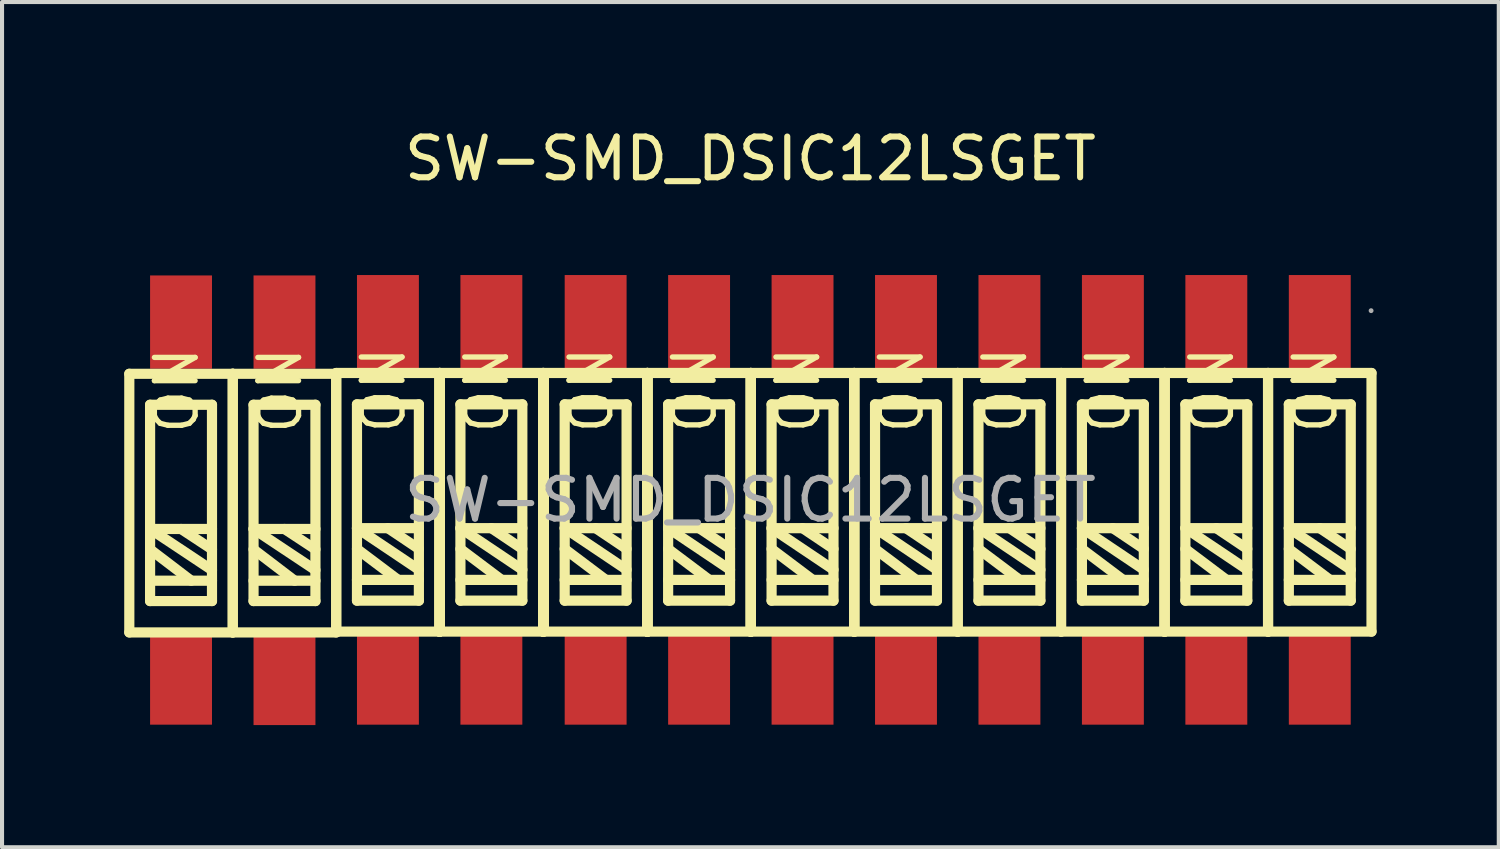
<source format=kicad_pcb>
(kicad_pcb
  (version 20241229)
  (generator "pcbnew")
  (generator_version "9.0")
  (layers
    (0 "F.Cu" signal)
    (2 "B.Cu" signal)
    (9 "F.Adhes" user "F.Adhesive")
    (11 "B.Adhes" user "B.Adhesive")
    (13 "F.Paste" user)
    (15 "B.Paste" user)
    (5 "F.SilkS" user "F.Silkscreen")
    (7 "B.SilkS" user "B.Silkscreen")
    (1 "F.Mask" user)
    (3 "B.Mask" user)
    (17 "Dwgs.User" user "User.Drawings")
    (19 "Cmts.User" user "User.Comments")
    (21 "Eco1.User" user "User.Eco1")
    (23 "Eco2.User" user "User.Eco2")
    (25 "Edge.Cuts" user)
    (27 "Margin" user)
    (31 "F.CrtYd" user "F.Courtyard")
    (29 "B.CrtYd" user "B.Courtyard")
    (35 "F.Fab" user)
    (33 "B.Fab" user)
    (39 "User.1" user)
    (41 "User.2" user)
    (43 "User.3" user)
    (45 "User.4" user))
  (footprint "SW-SMD_DSIC12LSGET"
    (layer "F.Cu")
    (at 15.375 9.228)
    (property "Reference" "SW-SMD_DSIC12LSGET" (at 0 -8.38 0) (layer "F.SilkS") (effects (font (size 1 1) (thickness 0.15))))
    (attr through_hole)
    (fp_line (start -15.25 -3.1) (end -12.71 -3.1) (stroke (width 0.25) (type solid)) (layer "F.SilkS"))
    (fp_line (start -15.25 3.25) (end -15.25 -3.1) (stroke (width 0.25) (type solid)) (layer "F.SilkS"))
    (fp_line (start -14.74 -2.34) (end -13.22 -2.34) (stroke (width 0.25) (type solid)) (layer "F.SilkS"))
    (fp_line (start -14.74 0.71) (end -13.22 0.71) (stroke (width 0.25) (type solid)) (layer "F.SilkS"))
    (fp_line (start -14.74 1.21) (end -13.73 1.98) (stroke (width 0.25) (type solid)) (layer "F.SilkS"))
    (fp_line (start -14.74 1.98) (end -13.22 1.98) (stroke (width 0.25) (type solid)) (layer "F.SilkS"))
    (fp_line (start -14.74 2.48) (end -14.74 -2.34) (stroke (width 0.25) (type solid)) (layer "F.SilkS"))
    (fp_line (start -13.98 0.71) (end -13.22 1.21) (stroke (width 0.25) (type solid)) (layer "F.SilkS"))
    (fp_line (start -13.22 -2.34) (end -13.22 2.48) (stroke (width 0.25) (type solid)) (layer "F.SilkS"))
    (fp_line (start -13.22 1.72) (end -14.74 0.71) (stroke (width 0.25) (type solid)) (layer "F.SilkS"))
    (fp_line (start -13.22 2.48) (end -14.74 2.48) (stroke (width 0.25) (type solid)) (layer "F.SilkS"))
    (fp_line (start -12.71 -3.1) (end -12.71 3.25) (stroke (width 0.25) (type solid)) (layer "F.SilkS"))
    (fp_line (start -12.71 -3.1) (end -10.17 -3.1) (stroke (width 0.25) (type solid)) (layer "F.SilkS"))
    (fp_line (start -12.71 3.25) (end -15.25 3.25) (stroke (width 0.25) (type solid)) (layer "F.SilkS"))
    (fp_line (start -12.71 3.25) (end -12.71 -3.1) (stroke (width 0.25) (type solid)) (layer "F.SilkS"))
    (fp_line (start -12.2 -2.34) (end -10.68 -2.34) (stroke (width 0.25) (type solid)) (layer "F.SilkS"))
    (fp_line (start -12.2 0.71) (end -10.68 0.71) (stroke (width 0.25) (type solid)) (layer "F.SilkS"))
    (fp_line (start -12.2 1.21) (end -11.19 1.98) (stroke (width 0.25) (type solid)) (layer "F.SilkS"))
    (fp_line (start -12.2 1.98) (end -10.68 1.98) (stroke (width 0.25) (type solid)) (layer "F.SilkS"))
    (fp_line (start -12.2 2.48) (end -12.2 -2.34) (stroke (width 0.25) (type solid)) (layer "F.SilkS"))
    (fp_line (start -11.44 0.71) (end -10.68 1.21) (stroke (width 0.25) (type solid)) (layer "F.SilkS"))
    (fp_line (start -10.68 -2.34) (end -10.68 2.48) (stroke (width 0.25) (type solid)) (layer "F.SilkS"))
    (fp_line (start -10.68 1.72) (end -12.2 0.71) (stroke (width 0.25) (type solid)) (layer "F.SilkS"))
    (fp_line (start -10.68 2.48) (end -12.2 2.48) (stroke (width 0.25) (type solid)) (layer "F.SilkS"))
    (fp_line (start -10.17 -3.12) (end -7.63 -3.12) (stroke (width 0.25) (type solid)) (layer "F.SilkS"))
    (fp_line (start -10.17 -3.1) (end -10.17 3.25) (stroke (width 0.25) (type solid)) (layer "F.SilkS"))
    (fp_line (start -10.17 3.23) (end -10.17 -3.12) (stroke (width 0.25) (type solid)) (layer "F.SilkS"))
    (fp_line (start -10.17 3.25) (end -12.71 3.25) (stroke (width 0.25) (type solid)) (layer "F.SilkS"))
    (fp_line (start -9.66 -2.35) (end -8.14 -2.35) (stroke (width 0.25) (type solid)) (layer "F.SilkS"))
    (fp_line (start -9.66 0.69) (end -8.14 0.69) (stroke (width 0.25) (type solid)) (layer "F.SilkS"))
    (fp_line (start -9.66 1.2) (end -8.65 1.96) (stroke (width 0.25) (type solid)) (layer "F.SilkS"))
    (fp_line (start -9.66 1.96) (end -8.14 1.96) (stroke (width 0.25) (type solid)) (layer "F.SilkS"))
    (fp_line (start -9.66 2.47) (end -9.66 -2.35) (stroke (width 0.25) (type solid)) (layer "F.SilkS"))
    (fp_line (start -8.9 0.69) (end -8.14 1.2) (stroke (width 0.25) (type solid)) (layer "F.SilkS"))
    (fp_line (start -8.14 -2.35) (end -8.14 2.47) (stroke (width 0.25) (type solid)) (layer "F.SilkS"))
    (fp_line (start -8.14 1.71) (end -9.66 0.69) (stroke (width 0.25) (type solid)) (layer "F.SilkS"))
    (fp_line (start -8.14 2.47) (end -9.66 2.47) (stroke (width 0.25) (type solid)) (layer "F.SilkS"))
    (fp_line (start -7.63 -3.12) (end -7.63 3.23) (stroke (width 0.25) (type solid)) (layer "F.SilkS"))
    (fp_line (start -7.63 -3.12) (end -7.63 3.23) (stroke (width 0.25) (type solid)) (layer "F.SilkS"))
    (fp_line (start -7.63 -3.12) (end -7.63 3.23) (stroke (width 0.25) (type solid)) (layer "F.SilkS"))
    (fp_line (start -7.63 3.23) (end -10.17 3.23) (stroke (width 0.25) (type solid)) (layer "F.SilkS"))
    (fp_line (start -7.63 3.23) (end -7.63 -3.12) (stroke (width 0.25) (type solid)) (layer "F.SilkS"))
    (fp_line (start -7.63 3.23) (end -7.63 -3.12) (stroke (width 0.25) (type solid)) (layer "F.SilkS"))
    (fp_line (start -7.63 3.23) (end -5.09 3.23) (stroke (width 0.25) (type solid)) (layer "F.SilkS"))
    (fp_line (start -7.12 -2.35) (end -7.12 2.47) (stroke (width 0.25) (type solid)) (layer "F.SilkS"))
    (fp_line (start -7.12 0.69) (end -5.6 1.71) (stroke (width 0.25) (type solid)) (layer "F.SilkS"))
    (fp_line (start -7.12 1.2) (end -6.11 1.96) (stroke (width 0.25) (type solid)) (layer "F.SilkS"))
    (fp_line (start -7.12 1.96) (end -5.6 1.96) (stroke (width 0.25) (type solid)) (layer "F.SilkS"))
    (fp_line (start -7.12 2.47) (end -5.6 2.47) (stroke (width 0.25) (type solid)) (layer "F.SilkS"))
    (fp_line (start -6.36 0.69) (end -5.6 1.2) (stroke (width 0.25) (type solid)) (layer "F.SilkS"))
    (fp_line (start -5.6 -2.35) (end -7.12 -2.35) (stroke (width 0.25) (type solid)) (layer "F.SilkS"))
    (fp_line (start -5.6 0.69) (end -7.12 0.69) (stroke (width 0.25) (type solid)) (layer "F.SilkS"))
    (fp_line (start -5.6 2.47) (end -5.6 -2.35) (stroke (width 0.25) (type solid)) (layer "F.SilkS"))
    (fp_line (start -5.09 -3.12) (end -7.63 -3.12) (stroke (width 0.25) (type solid)) (layer "F.SilkS"))
    (fp_line (start -5.09 -3.12) (end -5.09 3.23) (stroke (width 0.25) (type solid)) (layer "F.SilkS"))
    (fp_line (start -5.09 3.23) (end -5.09 -3.12) (stroke (width 0.25) (type solid)) (layer "F.SilkS"))
    (fp_line (start -5.09 3.23) (end -5.09 -3.12) (stroke (width 0.25) (type solid)) (layer "F.SilkS"))
    (fp_line (start -5.09 3.23) (end -5.09 -3.12) (stroke (width 0.25) (type solid)) (layer "F.SilkS"))
    (fp_line (start -5.07 -3.12) (end -5.07 3.23) (stroke (width 0.25) (type solid)) (layer "F.SilkS"))
    (fp_line (start -5.07 3.23) (end -2.53 3.23) (stroke (width 0.25) (type solid)) (layer "F.SilkS"))
    (fp_line (start -4.56 -2.35) (end -4.56 2.47) (stroke (width 0.25) (type solid)) (layer "F.SilkS"))
    (fp_line (start -4.56 0.69) (end -3.04 1.71) (stroke (width 0.25) (type solid)) (layer "F.SilkS"))
    (fp_line (start -4.56 1.2) (end -3.55 1.96) (stroke (width 0.25) (type solid)) (layer "F.SilkS"))
    (fp_line (start -4.56 1.96) (end -3.04 1.96) (stroke (width 0.25) (type solid)) (layer "F.SilkS"))
    (fp_line (start -4.56 2.47) (end -3.04 2.47) (stroke (width 0.25) (type solid)) (layer "F.SilkS"))
    (fp_line (start -3.8 0.69) (end -3.04 1.2) (stroke (width 0.25) (type solid)) (layer "F.SilkS"))
    (fp_line (start -3.04 -2.35) (end -4.56 -2.35) (stroke (width 0.25) (type solid)) (layer "F.SilkS"))
    (fp_line (start -3.04 0.69) (end -4.56 0.69) (stroke (width 0.25) (type solid)) (layer "F.SilkS"))
    (fp_line (start -3.04 2.47) (end -3.04 -2.35) (stroke (width 0.25) (type solid)) (layer "F.SilkS"))
    (fp_line (start -2.53 -3.12) (end -5.07 -3.12) (stroke (width 0.25) (type solid)) (layer "F.SilkS"))
    (fp_line (start -2.53 -3.12) (end -2.53 3.23) (stroke (width 0.25) (type solid)) (layer "F.SilkS"))
    (fp_line (start -2.53 -3.12) (end 0.01 -3.12) (stroke (width 0.25) (type solid)) (layer "F.SilkS"))
    (fp_line (start -2.53 3.23) (end -2.53 -3.12) (stroke (width 0.25) (type solid)) (layer "F.SilkS"))
    (fp_line (start -2.53 3.23) (end -2.53 -3.12) (stroke (width 0.25) (type solid)) (layer "F.SilkS"))
    (fp_line (start -2.53 3.23) (end -2.53 -3.12) (stroke (width 0.25) (type solid)) (layer "F.SilkS"))
    (fp_line (start -2.53 3.23) (end -2.53 -3.12) (stroke (width 0.25) (type solid)) (layer "F.SilkS"))
    (fp_line (start -2.02 -2.35) (end -0.5 -2.35) (stroke (width 0.25) (type solid)) (layer "F.SilkS"))
    (fp_line (start -2.02 0.69) (end -0.5 0.69) (stroke (width 0.25) (type solid)) (layer "F.SilkS"))
    (fp_line (start -2.02 1.2) (end -1.01 1.96) (stroke (width 0.25) (type solid)) (layer "F.SilkS"))
    (fp_line (start -2.02 1.96) (end -0.5 1.96) (stroke (width 0.25) (type solid)) (layer "F.SilkS"))
    (fp_line (start -2.02 2.47) (end -2.02 -2.35) (stroke (width 0.25) (type solid)) (layer "F.SilkS"))
    (fp_line (start -1.26 0.69) (end -0.5 1.2) (stroke (width 0.25) (type solid)) (layer "F.SilkS"))
    (fp_line (start -0.5 -2.35) (end -0.5 2.47) (stroke (width 0.25) (type solid)) (layer "F.SilkS"))
    (fp_line (start -0.5 1.71) (end -2.02 0.69) (stroke (width 0.25) (type solid)) (layer "F.SilkS"))
    (fp_line (start -0.5 2.47) (end -2.02 2.47) (stroke (width 0.25) (type solid)) (layer "F.SilkS"))
    (fp_line (start 0.01 -3.12) (end 0.01 3.23) (stroke (width 0.25) (type solid)) (layer "F.SilkS"))
    (fp_line (start 0.01 -3.12) (end 0.01 3.23) (stroke (width 0.25) (type solid)) (layer "F.SilkS"))
    (fp_line (start 0.01 -3.12) (end 2.55 -3.12) (stroke (width 0.25) (type solid)) (layer "F.SilkS"))
    (fp_line (start 0.01 3.23) (end -2.53 3.23) (stroke (width 0.25) (type solid)) (layer "F.SilkS"))
    (fp_line (start 0.01 3.23) (end 0.01 -3.12) (stroke (width 0.25) (type solid)) (layer "F.SilkS"))
    (fp_line (start 0.01 3.23) (end 0.01 -3.12) (stroke (width 0.25) (type solid)) (layer "F.SilkS"))
    (fp_line (start 0.52 -2.35) (end 0.52 2.47) (stroke (width 0.25) (type solid)) (layer "F.SilkS"))
    (fp_line (start 0.52 0.69) (end 2.04 1.71) (stroke (width 0.25) (type solid)) (layer "F.SilkS"))
    (fp_line (start 0.52 1.2) (end 1.53 1.96) (stroke (width 0.25) (type solid)) (layer "F.SilkS"))
    (fp_line (start 0.52 1.96) (end 2.04 1.96) (stroke (width 0.25) (type solid)) (layer "F.SilkS"))
    (fp_line (start 0.52 2.47) (end 2.04 2.47) (stroke (width 0.25) (type solid)) (layer "F.SilkS"))
    (fp_line (start 1.28 0.69) (end 2.04 1.2) (stroke (width 0.25) (type solid)) (layer "F.SilkS"))
    (fp_line (start 2.04 -2.35) (end 0.52 -2.35) (stroke (width 0.25) (type solid)) (layer "F.SilkS"))
    (fp_line (start 2.04 0.69) (end 0.52 0.69) (stroke (width 0.25) (type solid)) (layer "F.SilkS"))
    (fp_line (start 2.04 2.47) (end 2.04 -2.35) (stroke (width 0.25) (type solid)) (layer "F.SilkS"))
    (fp_line (start 2.55 -3.12) (end 2.55 3.23) (stroke (width 0.25) (type solid)) (layer "F.SilkS"))
    (fp_line (start 2.55 -3.12) (end 2.55 3.23) (stroke (width 0.25) (type solid)) (layer "F.SilkS"))
    (fp_line (start 2.55 3.23) (end 0.01 3.23) (stroke (width 0.25) (type solid)) (layer "F.SilkS"))
    (fp_line (start 2.55 3.23) (end 2.55 -3.12) (stroke (width 0.25) (type solid)) (layer "F.SilkS"))
    (fp_line (start 2.55 3.23) (end 5.09 3.23) (stroke (width 0.25) (type solid)) (layer "F.SilkS"))
    (fp_line (start 3.06 -2.35) (end 4.58 -2.35) (stroke (width 0.25) (type solid)) (layer "F.SilkS"))
    (fp_line (start 3.06 0.69) (end 4.58 0.69) (stroke (width 0.25) (type solid)) (layer "F.SilkS"))
    (fp_line (start 3.06 1.2) (end 4.07 1.96) (stroke (width 0.25) (type solid)) (layer "F.SilkS"))
    (fp_line (start 3.06 1.96) (end 4.58 1.96) (stroke (width 0.25) (type solid)) (layer "F.SilkS"))
    (fp_line (start 3.06 2.47) (end 3.06 -2.35) (stroke (width 0.25) (type solid)) (layer "F.SilkS"))
    (fp_line (start 3.82 0.69) (end 4.58 1.2) (stroke (width 0.25) (type solid)) (layer "F.SilkS"))
    (fp_line (start 4.58 -2.35) (end 4.58 2.47) (stroke (width 0.25) (type solid)) (layer "F.SilkS"))
    (fp_line (start 4.58 1.71) (end 3.06 0.69) (stroke (width 0.25) (type solid)) (layer "F.SilkS"))
    (fp_line (start 4.58 2.47) (end 3.06 2.47) (stroke (width 0.25) (type solid)) (layer "F.SilkS"))
    (fp_line (start 5.09 -3.12) (end 2.55 -3.12) (stroke (width 0.25) (type solid)) (layer "F.SilkS"))
    (fp_line (start 5.09 -3.12) (end 5.09 3.23) (stroke (width 0.25) (type solid)) (layer "F.SilkS"))
    (fp_line (start 5.09 3.23) (end 5.09 -3.12) (stroke (width 0.25) (type solid)) (layer "F.SilkS"))
    (fp_line (start 5.09 3.23) (end 7.63 3.23) (stroke (width 0.25) (type solid)) (layer "F.SilkS"))
    (fp_line (start 5.6 -2.35) (end 5.6 2.47) (stroke (width 0.25) (type solid)) (layer "F.SilkS"))
    (fp_line (start 5.6 0.69) (end 7.12 1.71) (stroke (width 0.25) (type solid)) (layer "F.SilkS"))
    (fp_line (start 5.6 1.2) (end 6.61 1.96) (stroke (width 0.25) (type solid)) (layer "F.SilkS"))
    (fp_line (start 5.6 1.96) (end 7.12 1.96) (stroke (width 0.25) (type solid)) (layer "F.SilkS"))
    (fp_line (start 5.6 2.47) (end 7.12 2.47) (stroke (width 0.25) (type solid)) (layer "F.SilkS"))
    (fp_line (start 6.36 0.69) (end 7.12 1.2) (stroke (width 0.25) (type solid)) (layer "F.SilkS"))
    (fp_line (start 7.12 -2.35) (end 5.6 -2.35) (stroke (width 0.25) (type solid)) (layer "F.SilkS"))
    (fp_line (start 7.12 0.69) (end 5.6 0.69) (stroke (width 0.25) (type solid)) (layer "F.SilkS"))
    (fp_line (start 7.12 2.47) (end 7.12 -2.35) (stroke (width 0.25) (type solid)) (layer "F.SilkS"))
    (fp_line (start 7.63 -3.12) (end 5.09 -3.12) (stroke (width 0.25) (type solid)) (layer "F.SilkS"))
    (fp_line (start 7.63 3.23) (end 7.63 -3.12) (stroke (width 0.25) (type solid)) (layer "F.SilkS"))
    (fp_line (start 7.63 3.23) (end 10.17 3.23) (stroke (width 0.25) (type solid)) (layer "F.SilkS"))
    (fp_line (start 8.14 -2.35) (end 9.66 -2.35) (stroke (width 0.25) (type solid)) (layer "F.SilkS"))
    (fp_line (start 8.14 0.69) (end 9.66 0.69) (stroke (width 0.25) (type solid)) (layer "F.SilkS"))
    (fp_line (start 8.14 1.2) (end 9.15 1.96) (stroke (width 0.25) (type solid)) (layer "F.SilkS"))
    (fp_line (start 8.14 1.96) (end 9.66 1.96) (stroke (width 0.25) (type solid)) (layer "F.SilkS"))
    (fp_line (start 8.14 2.47) (end 8.14 -2.35) (stroke (width 0.25) (type solid)) (layer "F.SilkS"))
    (fp_line (start 8.9 0.69) (end 9.66 1.2) (stroke (width 0.25) (type solid)) (layer "F.SilkS"))
    (fp_line (start 9.66 -2.35) (end 9.66 2.47) (stroke (width 0.25) (type solid)) (layer "F.SilkS"))
    (fp_line (start 9.66 1.71) (end 8.14 0.69) (stroke (width 0.25) (type solid)) (layer "F.SilkS"))
    (fp_line (start 9.66 2.47) (end 8.14 2.47) (stroke (width 0.25) (type solid)) (layer "F.SilkS"))
    (fp_line (start 10.17 -3.12) (end 7.63 -3.12) (stroke (width 0.25) (type solid)) (layer "F.SilkS"))
    (fp_line (start 10.17 -3.12) (end 10.17 3.23) (stroke (width 0.25) (type solid)) (layer "F.SilkS"))
    (fp_line (start 10.17 3.23) (end 10.17 -3.12) (stroke (width 0.25) (type solid)) (layer "F.SilkS"))
    (fp_line (start 10.17 3.23) (end 10.17 -3.12) (stroke (width 0.25) (type solid)) (layer "F.SilkS"))
    (fp_line (start 10.17 3.23) (end 12.71 3.23) (stroke (width 0.25) (type solid)) (layer "F.SilkS"))
    (fp_line (start 10.68 -2.35) (end 10.68 2.47) (stroke (width 0.25) (type solid)) (layer "F.SilkS"))
    (fp_line (start 10.68 0.69) (end 12.2 1.71) (stroke (width 0.25) (type solid)) (layer "F.SilkS"))
    (fp_line (start 10.68 1.2) (end 11.69 1.96) (stroke (width 0.25) (type solid)) (layer "F.SilkS"))
    (fp_line (start 10.68 1.96) (end 12.2 1.96) (stroke (width 0.25) (type solid)) (layer "F.SilkS"))
    (fp_line (start 10.68 2.47) (end 12.2 2.47) (stroke (width 0.25) (type solid)) (layer "F.SilkS"))
    (fp_line (start 11.44 0.69) (end 12.2 1.2) (stroke (width 0.25) (type solid)) (layer "F.SilkS"))
    (fp_line (start 12.2 -2.35) (end 10.68 -2.35) (stroke (width 0.25) (type solid)) (layer "F.SilkS"))
    (fp_line (start 12.2 0.69) (end 10.68 0.69) (stroke (width 0.25) (type solid)) (layer "F.SilkS"))
    (fp_line (start 12.2 2.47) (end 12.2 -2.35) (stroke (width 0.25) (type solid)) (layer "F.SilkS"))
    (fp_line (start 12.71 -3.12) (end 10.17 -3.12) (stroke (width 0.25) (type solid)) (layer "F.SilkS"))
    (fp_line (start 12.71 -3.12) (end 15.25 -3.12) (stroke (width 0.25) (type solid)) (layer "F.SilkS"))
    (fp_line (start 12.71 3.23) (end 12.71 -3.12) (stroke (width 0.25) (type solid)) (layer "F.SilkS"))
    (fp_line (start 12.71 3.23) (end 12.71 -3.12) (stroke (width 0.25) (type solid)) (layer "F.SilkS"))
    (fp_line (start 13.22 -2.35) (end 14.74 -2.35) (stroke (width 0.25) (type solid)) (layer "F.SilkS"))
    (fp_line (start 13.22 0.69) (end 14.74 0.69) (stroke (width 0.25) (type solid)) (layer "F.SilkS"))
    (fp_line (start 13.22 1.2) (end 14.23 1.96) (stroke (width 0.25) (type solid)) (layer "F.SilkS"))
    (fp_line (start 13.22 1.96) (end 14.74 1.96) (stroke (width 0.25) (type solid)) (layer "F.SilkS"))
    (fp_line (start 13.22 2.47) (end 13.22 -2.35) (stroke (width 0.25) (type solid)) (layer "F.SilkS"))
    (fp_line (start 13.98 0.69) (end 14.74 1.2) (stroke (width 0.25) (type solid)) (layer "F.SilkS"))
    (fp_line (start 14.74 -2.35) (end 14.74 2.47) (stroke (width 0.25) (type solid)) (layer "F.SilkS"))
    (fp_line (start 14.74 1.71) (end 13.22 0.69) (stroke (width 0.25) (type solid)) (layer "F.SilkS"))
    (fp_line (start 14.74 2.47) (end 13.22 2.47) (stroke (width 0.25) (type solid)) (layer "F.SilkS"))
    (fp_line (start 15.25 -3.12) (end 15.25 3.23) (stroke (width 0.25) (type solid)) (layer "F.SilkS"))
    (fp_line (start 15.25 3.23) (end 12.71 3.23) (stroke (width 0.25) (type solid)) (layer "F.SilkS"))
    (fp_circle (center 15.24 -4.65) (end 15.27 -4.65) (stroke (width 0.06) (type solid)) (fill no) (layer "F.Fab"))
    (fp_text user "ON" (at 8.79 -1.57 270) (layer "F.SilkS") (effects (font (size 1 1) (thickness 0.13)) (justify left)))
    (fp_text user "ON" (at 6.25 -1.57 270) (layer "F.SilkS") (effects (font (size 1 1) (thickness 0.13)) (justify left)))
    (fp_text user "ON" (at -1.37 -1.57 270) (layer "F.SilkS") (effects (font (size 1 1) (thickness 0.13)) (justify left)))
    (fp_text user "ON" (at -11.55 -1.56 270) (layer "F.SilkS") (effects (font (size 1 1) (thickness 0.13)) (justify left)))
    (fp_text user "ON" (at 3.71 -1.57 270) (layer "F.SilkS") (effects (font (size 1 1) (thickness 0.13)) (justify left)))
    (fp_text user "ON" (at 11.33 -1.57 270) (layer "F.SilkS") (effects (font (size 1 1) (thickness 0.13)) (justify left)))
    (fp_text user "ON" (at -9.01 -1.57 270) (layer "F.SilkS") (effects (font (size 1 1) (thickness 0.13)) (justify left)))
    (fp_text user "ON" (at -6.47 -1.57 270) (layer "F.SilkS") (effects (font (size 1 1) (thickness 0.13)) (justify left)))
    (fp_text user "ON" (at 1.17 -1.57 270) (layer "F.SilkS") (effects (font (size 1 1) (thickness 0.13)) (justify left)))
    (fp_text user "ON" (at 13.87 -1.57 270) (layer "F.SilkS") (effects (font (size 1 1) (thickness 0.13)) (justify left)))
    (fp_text user "ON" (at -14.09 -1.56 270) (layer "F.SilkS") (effects (font (size 1 1) (thickness 0.13)) (justify left)))
    (fp_text user "ON" (at -3.91 -1.57 270) (layer "F.SilkS") (effects (font (size 1 1) (thickness 0.13)) (justify left)))
    (fp_text user "${REFERENCE}" (at 0 0 0) (layer "F.Fab") (effects (font (size 1 1) (thickness 0.15))))
    (pad "1" smd rect (at 13.98 -4.38 270) (size 2.29 1.52) (layers "F.Cu" "F.Mask" "F.Paste"))
    (pad "2" smd rect (at 11.44 -4.38 270) (size 2.29 1.52) (layers "F.Cu" "F.Mask" "F.Paste"))
    (pad "3" smd rect (at 8.9 -4.38 270) (size 2.29 1.52) (layers "F.Cu" "F.Mask" "F.Paste"))
    (pad "4" smd rect (at 6.36 -4.38 270) (size 2.29 1.52) (layers "F.Cu" "F.Mask" "F.Paste"))
    (pad "5" smd rect (at 3.82 -4.38 270) (size 2.29 1.52) (layers "F.Cu" "F.Mask" "F.Paste"))
    (pad "6" smd rect (at 1.28 -4.38 270) (size 2.29 1.52) (layers "F.Cu" "F.Mask" "F.Paste"))
    (pad "7" smd rect (at -1.26 -4.38 270) (size 2.29 1.52) (layers "F.Cu" "F.Mask" "F.Paste"))
    (pad "8" smd rect (at -3.8 -4.38 270) (size 2.29 1.52) (layers "F.Cu" "F.Mask" "F.Paste"))
    (pad "9" smd rect (at -6.36 -4.38 270) (size 2.29 1.52) (layers "F.Cu" "F.Mask" "F.Paste"))
    (pad "10" smd rect (at -8.9 -4.38 270) (size 2.29 1.52) (layers "F.Cu" "F.Mask" "F.Paste"))
    (pad "11" smd rect (at -11.44 -4.37 270) (size 2.29 1.52) (layers "F.Cu" "F.Mask" "F.Paste"))
    (pad "12" smd rect (at -13.98 -4.37 270) (size 2.29 1.52) (layers "F.Cu" "F.Mask" "F.Paste"))
    (pad "13" smd rect (at -13.98 4.37 270) (size 2.29 1.52) (layers "F.Cu" "F.Mask" "F.Paste"))
    (pad "14" smd rect (at -11.44 4.38 270) (size 2.29 1.52) (layers "F.Cu" "F.Mask" "F.Paste"))
    (pad "15" smd rect (at -8.9 4.37 270) (size 2.29 1.52) (layers "F.Cu" "F.Mask" "F.Paste"))
    (pad "16" smd rect (at -6.36 4.37 270) (size 2.29 1.52) (layers "F.Cu" "F.Mask" "F.Paste"))
    (pad "17" smd rect (at -3.8 4.37 270) (size 2.29 1.52) (layers "F.Cu" "F.Mask" "F.Paste"))
    (pad "18" smd rect (at -1.26 4.37 270) (size 2.29 1.52) (layers "F.Cu" "F.Mask" "F.Paste"))
    (pad "19" smd rect (at 1.28 4.37 270) (size 2.29 1.52) (layers "F.Cu" "F.Mask" "F.Paste"))
    (pad "20" smd rect (at 3.82 4.37 270) (size 2.29 1.52) (layers "F.Cu" "F.Mask" "F.Paste"))
    (pad "21" smd rect (at 6.36 4.37 270) (size 2.29 1.52) (layers "F.Cu" "F.Mask" "F.Paste"))
    (pad "22" smd rect (at 8.9 4.37 270) (size 2.29 1.52) (layers "F.Cu" "F.Mask" "F.Paste"))
    (pad "23" smd rect (at 11.44 4.37 270) (size 2.29 1.52) (layers "F.Cu" "F.Mask" "F.Paste"))
    (pad "24" smd rect (at 13.98 4.37 270) (size 2.29 1.52) (layers "F.Cu" "F.Mask" "F.Paste")))
  (gr_rect
    (start -3 -3)
    (end 33.75 17.753)
    (stroke (width 0.1) (type default))
    (fill no)
    (layer "Edge.Cuts")))
</source>
